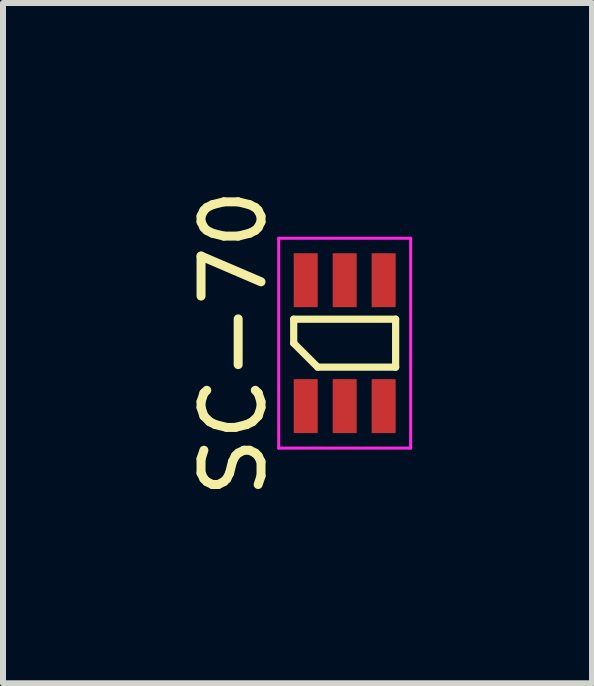
<source format=kicad_pcb>
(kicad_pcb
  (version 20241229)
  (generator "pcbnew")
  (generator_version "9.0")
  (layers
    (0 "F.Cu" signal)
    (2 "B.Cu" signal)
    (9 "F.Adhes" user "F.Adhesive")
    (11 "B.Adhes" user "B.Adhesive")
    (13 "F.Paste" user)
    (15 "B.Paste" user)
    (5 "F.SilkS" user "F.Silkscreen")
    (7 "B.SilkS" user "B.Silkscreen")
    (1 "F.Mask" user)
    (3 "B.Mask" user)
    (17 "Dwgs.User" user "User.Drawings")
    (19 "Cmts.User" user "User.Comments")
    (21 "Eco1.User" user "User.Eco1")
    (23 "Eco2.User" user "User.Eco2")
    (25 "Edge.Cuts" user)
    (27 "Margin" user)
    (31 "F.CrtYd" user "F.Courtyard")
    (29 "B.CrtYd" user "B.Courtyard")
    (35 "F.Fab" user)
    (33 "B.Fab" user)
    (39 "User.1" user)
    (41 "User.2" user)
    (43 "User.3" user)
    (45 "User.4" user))
  (footprint "SC-70"
    (layer "F.Cu")
    (at 2.698 2.673)
    (property "Reference" "SC-70" (at -1.85 0 90) (layer "F.SilkS") (effects (font (size 1 1) (thickness 0.15))))
    (attr smd)
    (fp_line (start -0.85 -0.4) (end 0.85 -0.4) (stroke (width 0.12) (type solid)) (layer "F.SilkS"))
    (fp_line (start -0.85 0) (end -0.85 -0.4) (stroke (width 0.12) (type solid)) (layer "F.SilkS"))
    (fp_line (start -0.45 0.4) (end -0.85 0) (stroke (width 0.12) (type solid)) (layer "F.SilkS"))
    (fp_line (start 0.85 -0.4) (end 0.85 0.4) (stroke (width 0.12) (type solid)) (layer "F.SilkS"))
    (fp_line (start 0.85 0.4) (end -0.45 0.4) (stroke (width 0.12) (type solid)) (layer "F.SilkS"))
    (fp_line (start -1.1 -1.75) (end 1.1 -1.75) (stroke (width 0.05) (type solid)) (layer "F.CrtYd"))
    (fp_line (start -1.1 1.75) (end -1.1 -1.75) (stroke (width 0.05) (type solid)) (layer "F.CrtYd"))
    (fp_line (start 1.1 -1.75) (end 1.1 1.75) (stroke (width 0.05) (type solid)) (layer "F.CrtYd"))
    (fp_line (start 1.1 1.75) (end -1.1 1.75) (stroke (width 0.05) (type solid)) (layer "F.CrtYd"))
    (pad "1" smd rect (at -0.65 1.05) (size 0.4 0.9) (layers "F.Cu" "F.Mask" "F.Paste"))
    (pad "2" smd rect (at 0 1.05) (size 0.4 0.9) (layers "F.Cu" "F.Mask" "F.Paste"))
    (pad "3" smd rect (at 0.65 1.05) (size 0.4 0.9) (layers "F.Cu" "F.Mask" "F.Paste"))
    (pad "4" smd rect (at 0.65 -1.05) (size 0.4 0.9) (layers "F.Cu" "F.Mask" "F.Paste"))
    (pad "5" smd rect (at 0 -1.05) (size 0.4 0.9) (layers "F.Cu" "F.Mask" "F.Paste"))
    (pad "6" smd rect (at -0.65 -1.05) (size 0.4 0.9) (layers "F.Cu" "F.Mask" "F.Paste")))
  (gr_rect
    (start -3 -3)
    (end 6.823 8.345)
    (stroke (width 0.1) (type default))
    (fill no)
    (layer "Edge.Cuts")))
</source>
